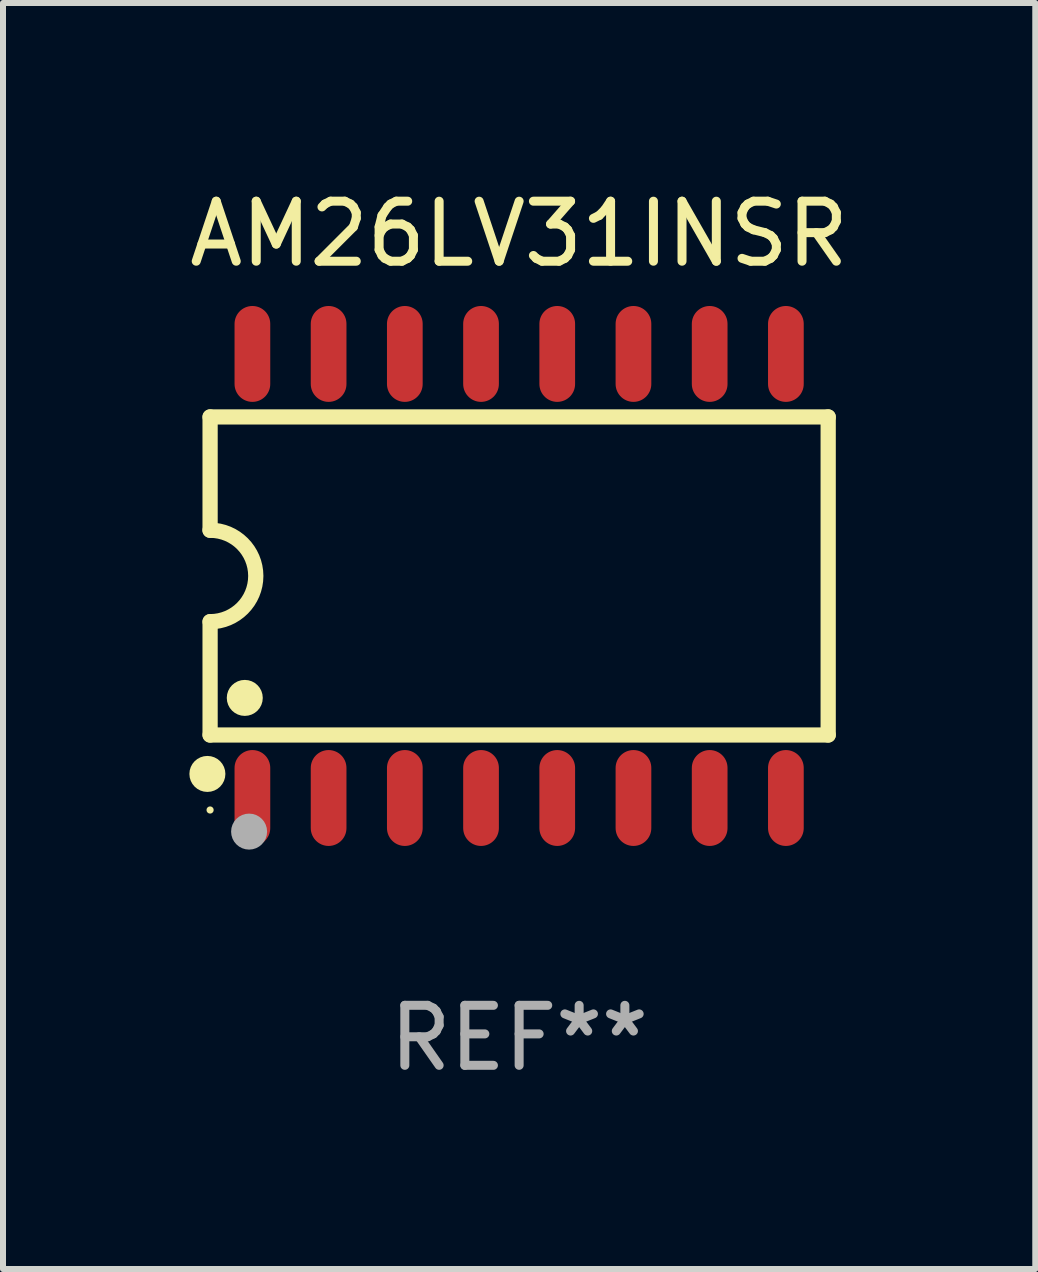
<source format=kicad_pcb>
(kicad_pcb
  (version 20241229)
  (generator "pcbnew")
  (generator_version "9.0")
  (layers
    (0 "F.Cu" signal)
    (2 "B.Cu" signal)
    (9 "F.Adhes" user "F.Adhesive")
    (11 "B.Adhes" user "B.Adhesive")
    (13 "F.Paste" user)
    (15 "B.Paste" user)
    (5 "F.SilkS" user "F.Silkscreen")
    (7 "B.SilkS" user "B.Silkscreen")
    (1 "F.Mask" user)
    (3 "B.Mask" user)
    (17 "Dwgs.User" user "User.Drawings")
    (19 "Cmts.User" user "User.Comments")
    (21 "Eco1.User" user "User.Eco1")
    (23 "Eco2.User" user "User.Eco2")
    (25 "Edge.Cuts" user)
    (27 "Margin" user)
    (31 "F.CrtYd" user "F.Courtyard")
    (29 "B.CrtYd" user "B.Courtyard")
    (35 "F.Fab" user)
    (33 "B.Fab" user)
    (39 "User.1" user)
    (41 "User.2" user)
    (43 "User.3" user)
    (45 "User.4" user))
  (footprint "AM26LV31INSR"
    (layer "F.Cu")
    (at 5.601 6.548)
    (property "Reference" "AM26LV31INSR" (at 0 -5.7 0) (layer "F.SilkS") (effects (font (size 1 1) (thickness 0.15))))
    (attr through_hole)
    (fp_line (start -5.15 -2.65) (end -5.15 -0.762) (stroke (width 0.254) (type solid)) (layer "F.SilkS"))
    (fp_line (start -5.15 -2.65) (end 5.15 -2.65) (stroke (width 0.254) (type solid)) (layer "F.SilkS"))
    (fp_line (start -5.15 2.65) (end -5.15 0.762) (stroke (width 0.254) (type solid)) (layer "F.SilkS"))
    (fp_line (start 5.15 -2.65) (end 5.15 2.65) (stroke (width 0.254) (type solid)) (layer "F.SilkS"))
    (fp_line (start 5.15 2.65) (end -5.15 2.65) (stroke (width 0.254) (type solid)) (layer "F.SilkS"))
    (fp_arc (start -5.151131 -0.762003) (mid -4.389128 -0.000559) (end -5.150013 0.762002) (stroke (width 0.254001) (type solid)) (layer "F.SilkS"))
    (fp_circle (center -5.195 3.299) (end -5.045 3.299) (stroke (width 0.3) (type solid)) (fill no) (layer "F.SilkS"))
    (fp_circle (center -5.15 3.9) (end -5.12 3.9) (stroke (width 0.06) (type solid)) (fill no) (layer "F.SilkS"))
    (fp_circle (center -4.572 2.032) (end -4.422 2.032) (stroke (width 0.3) (type solid)) (fill no) (layer "F.SilkS"))
    (fp_circle (center -4.5 4.26) (end -4.35 4.26) (stroke (width 0.3) (type solid)) (fill no) (layer "F.Fab"))
    (fp_text user "REF**" (at 0 7.7 0) (layer "F.Fab") (effects (font (size 1 1) (thickness 0.15))))
    (pad "1" smd oval (at -4.445 3.7) (size 0.595 1.598) (layers "F.Cu" "F.Mask" "F.Paste"))
    (pad "2" smd oval (at -3.175 3.7) (size 0.595 1.598) (layers "F.Cu" "F.Mask" "F.Paste"))
    (pad "3" smd oval (at -1.905 3.7) (size 0.595 1.598) (layers "F.Cu" "F.Mask" "F.Paste"))
    (pad "4" smd oval (at -0.635 3.7) (size 0.595 1.598) (layers "F.Cu" "F.Mask" "F.Paste"))
    (pad "5" smd oval (at 0.635 3.7) (size 0.595 1.598) (layers "F.Cu" "F.Mask" "F.Paste"))
    (pad "6" smd oval (at 1.905 3.7) (size 0.595 1.598) (layers "F.Cu" "F.Mask" "F.Paste"))
    (pad "7" smd oval (at 3.175 3.7) (size 0.595 1.598) (layers "F.Cu" "F.Mask" "F.Paste"))
    (pad "8" smd oval (at 4.445 3.7) (size 0.595 1.598) (layers "F.Cu" "F.Mask" "F.Paste"))
    (pad "9" smd oval (at 4.445 -3.7) (size 0.595 1.598) (layers "F.Cu" "F.Mask" "F.Paste"))
    (pad "10" smd oval (at 3.175 -3.7) (size 0.595 1.598) (layers "F.Cu" "F.Mask" "F.Paste"))
    (pad "11" smd oval (at 1.905 -3.7) (size 0.595 1.598) (layers "F.Cu" "F.Mask" "F.Paste"))
    (pad "12" smd oval (at 0.635 -3.7) (size 0.595 1.598) (layers "F.Cu" "F.Mask" "F.Paste"))
    (pad "13" smd oval (at -0.635 -3.7) (size 0.595 1.598) (layers "F.Cu" "F.Mask" "F.Paste"))
    (pad "14" smd oval (at -1.905 -3.7) (size 0.595 1.598) (layers "F.Cu" "F.Mask" "F.Paste"))
    (pad "15" smd oval (at -3.175 -3.7) (size 0.595 1.598) (layers "F.Cu" "F.Mask" "F.Paste"))
    (pad "16" smd oval (at -4.445 -3.7) (size 0.595 1.598) (layers "F.Cu" "F.Mask" "F.Paste")))
  (gr_rect
    (start -3 -3)
    (end 14.202 18.097)
    (stroke (width 0.1) (type default))
    (fill no)
    (layer "Edge.Cuts")))
</source>
